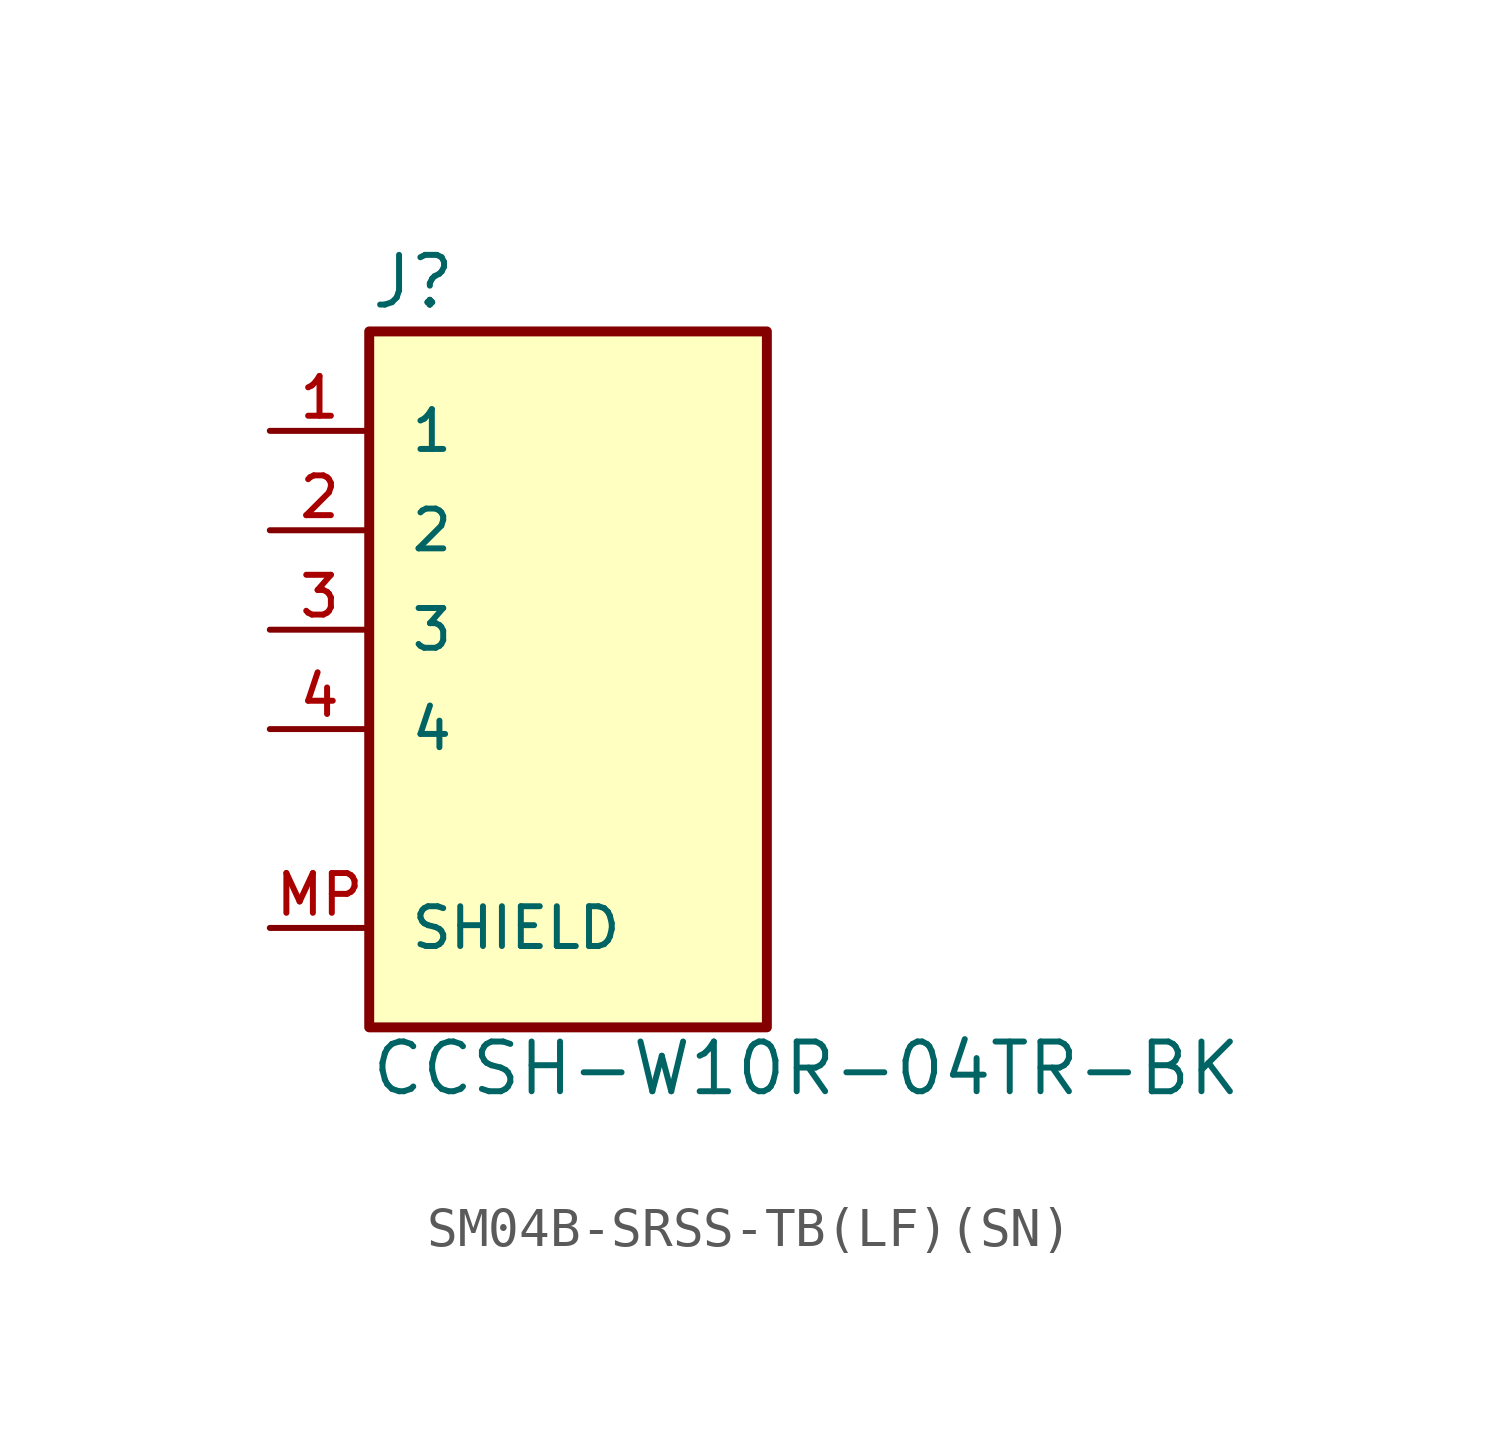
<source format=kicad_sym>
(kicad_symbol_lib
  (version 20220914)
  (generator kicad_symbol_editor)
  (symbol "SM04B-SRSS-TB(LF)(SN)"
    (pin_names
      (offset 1.016))
    (property "Reference" "J"
      (at -5.083 8.143 0)
      (effects (font (size 1.27 1.27)) (justify left bottom)))
    (property "Value" "CCSH-W10R-04TR-BK"
      (at -5.083 -11.956 0)
      (effects (font (size 1.27 1.27)) (justify left bottom)))
    (symbol "SM04B-SRSS-TB(LF)(SN)_0_0"
      (rectangle (start -5.08 7.62) (end 5.08 -10.16) (stroke (width 0.254) (type default)) (fill (type background)))
      (pin passive line (at -7.62 5.08 0) (length 2.54) (name "1" (effects (font (size 1.016 1.016)))) (number "1" (effects (font (size 1.016 1.016)))))
      (pin passive line (at -7.62 2.54 0) (length 2.54) (name "2" (effects (font (size 1.016 1.016)))) (number "2" (effects (font (size 1.016 1.016)))))
      (pin passive line (at -7.62 0 0) (length 2.54) (name "3" (effects (font (size 1.016 1.016)))) (number "3" (effects (font (size 1.016 1.016)))))
      (pin passive line (at -7.62 -2.54 0) (length 2.54) (name "4" (effects (font (size 1.016 1.016)))) (number "4" (effects (font (size 1.016 1.016)))))
      (pin passive line (at -7.62 -7.62 0) (length 2.54) (name "SHIELD" (effects (font (size 1.016 1.016)))) (number "MP" (effects (font (size 1.016 1.016))))))))
</source>
